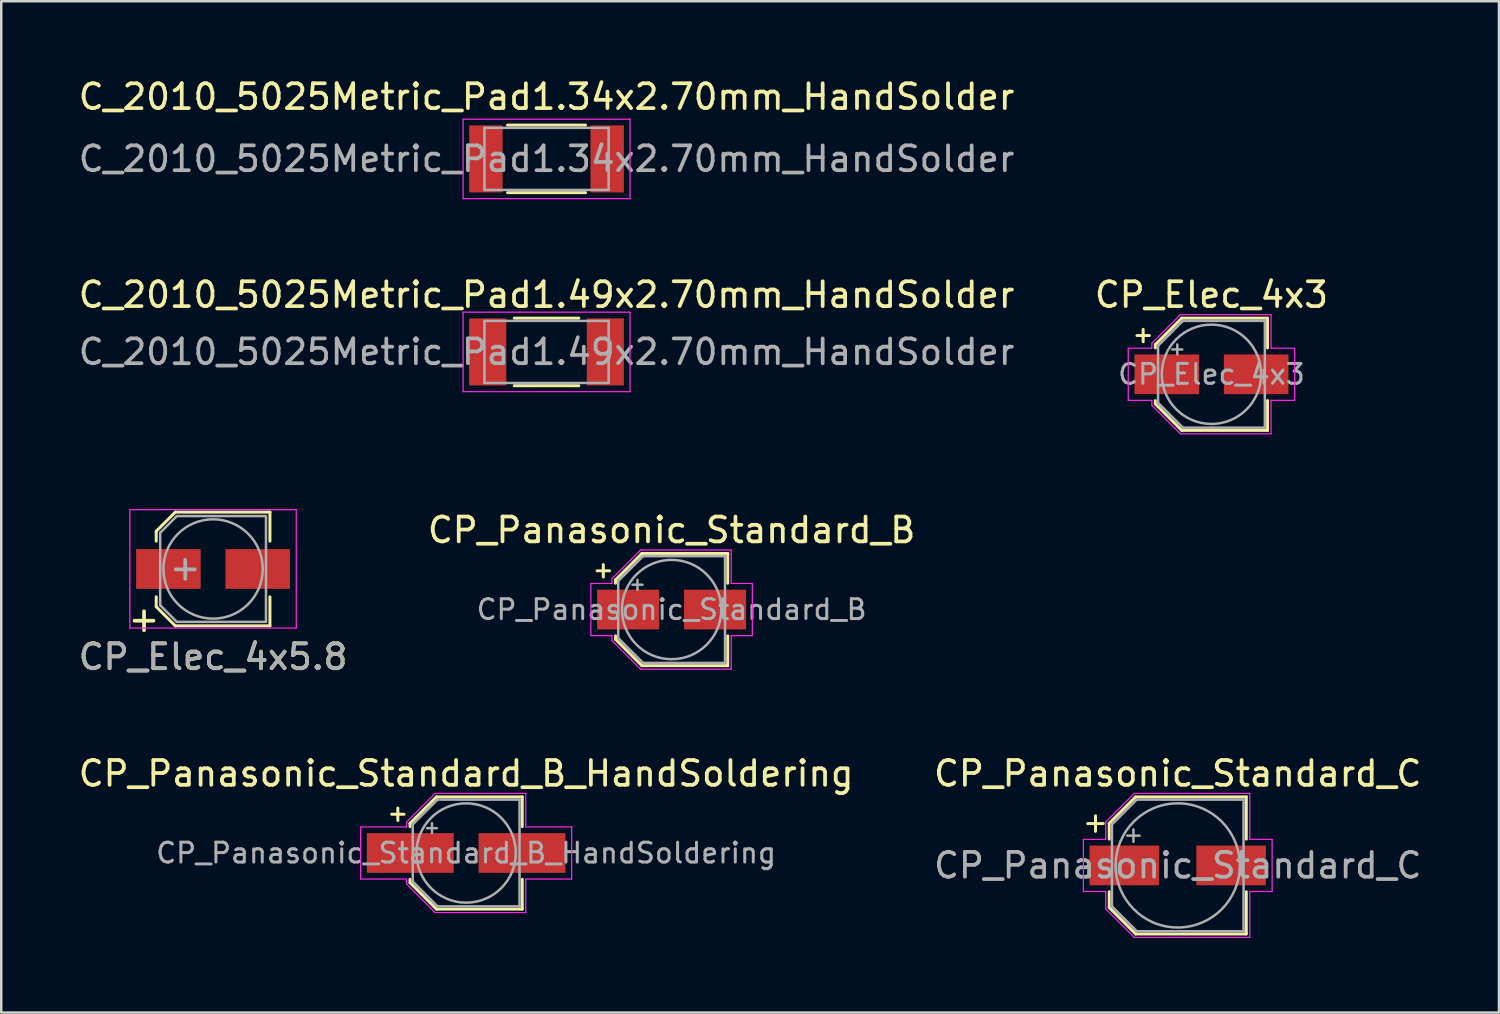
<source format=kicad_pcb>
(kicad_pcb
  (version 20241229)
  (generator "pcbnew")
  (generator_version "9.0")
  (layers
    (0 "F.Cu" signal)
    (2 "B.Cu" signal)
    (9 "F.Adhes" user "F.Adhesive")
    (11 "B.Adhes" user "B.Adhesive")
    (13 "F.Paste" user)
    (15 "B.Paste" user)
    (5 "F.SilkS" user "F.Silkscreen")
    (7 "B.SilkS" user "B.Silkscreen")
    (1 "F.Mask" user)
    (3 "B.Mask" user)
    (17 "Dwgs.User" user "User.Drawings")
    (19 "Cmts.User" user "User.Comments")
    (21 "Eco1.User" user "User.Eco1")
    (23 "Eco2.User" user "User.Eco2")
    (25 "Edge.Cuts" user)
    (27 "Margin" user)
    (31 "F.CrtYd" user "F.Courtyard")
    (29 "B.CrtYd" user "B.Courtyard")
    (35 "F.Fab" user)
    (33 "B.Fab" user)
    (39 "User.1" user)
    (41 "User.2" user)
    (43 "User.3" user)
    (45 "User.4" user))
  (footprint "CP_Panasonic_Standard_B_HandSoldering"
    (layer "F.Cu")
    (at 15.72 31.298)
    (property "Reference" "CP_Panasonic_Standard_B_HandSoldering" (at 0 -3.2 0) (layer "F.SilkS") (effects (font (size 1 1) (thickness 0.15))))
    (attr smd)
    (fp_line (start -3 -1.56) (end -2.5 -1.56) (stroke (width 0.12) (type solid)) (layer "F.SilkS"))
    (fp_line (start -2.75 -1.81) (end -2.75 -1.31) (stroke (width 0.12) (type solid)) (layer "F.SilkS"))
    (fp_line (start -2.26 -1.196) (end -2.26 -1.06) (stroke (width 0.12) (type solid)) (layer "F.SilkS"))
    (fp_line (start -2.26 -1.196) (end -1.196 -2.26) (stroke (width 0.12) (type solid)) (layer "F.SilkS"))
    (fp_line (start -2.26 1.196) (end -2.26 1.06) (stroke (width 0.12) (type solid)) (layer "F.SilkS"))
    (fp_line (start -2.26 1.196) (end -1.196 2.26) (stroke (width 0.12) (type solid)) (layer "F.SilkS"))
    (fp_line (start -1.196 -2.26) (end 2.26 -2.26) (stroke (width 0.12) (type solid)) (layer "F.SilkS"))
    (fp_line (start -1.196 2.26) (end 2.26 2.26) (stroke (width 0.12) (type solid)) (layer "F.SilkS"))
    (fp_line (start 2.26 -2.26) (end 2.26 -1.06) (stroke (width 0.12) (type solid)) (layer "F.SilkS"))
    (fp_line (start 2.26 2.26) (end 2.26 1.06) (stroke (width 0.12) (type solid)) (layer "F.SilkS"))
    (fp_line (start -4.25 -1.05) (end -4.25 1.05) (stroke (width 0.05) (type solid)) (layer "F.CrtYd"))
    (fp_line (start -4.25 1.05) (end -2.4 1.05) (stroke (width 0.05) (type solid)) (layer "F.CrtYd"))
    (fp_line (start -2.4 -1.25) (end -2.4 -1.05) (stroke (width 0.05) (type solid)) (layer "F.CrtYd"))
    (fp_line (start -2.4 -1.25) (end -1.25 -2.4) (stroke (width 0.05) (type solid)) (layer "F.CrtYd"))
    (fp_line (start -2.4 -1.05) (end -4.25 -1.05) (stroke (width 0.05) (type solid)) (layer "F.CrtYd"))
    (fp_line (start -2.4 1.05) (end -2.4 1.25) (stroke (width 0.05) (type solid)) (layer "F.CrtYd"))
    (fp_line (start -2.4 1.25) (end -1.25 2.4) (stroke (width 0.05) (type solid)) (layer "F.CrtYd"))
    (fp_line (start -1.25 -2.4) (end 2.4 -2.4) (stroke (width 0.05) (type solid)) (layer "F.CrtYd"))
    (fp_line (start -1.25 2.4) (end 2.4 2.4) (stroke (width 0.05) (type solid)) (layer "F.CrtYd"))
    (fp_line (start 2.4 -2.4) (end 2.4 -1.05) (stroke (width 0.05) (type solid)) (layer "F.CrtYd"))
    (fp_line (start 2.4 -1.05) (end 4.25 -1.05) (stroke (width 0.05) (type solid)) (layer "F.CrtYd"))
    (fp_line (start 2.4 1.05) (end 2.4 2.4) (stroke (width 0.05) (type solid)) (layer "F.CrtYd"))
    (fp_line (start 4.25 -1.05) (end 4.25 1.05) (stroke (width 0.05) (type solid)) (layer "F.CrtYd"))
    (fp_line (start 4.25 1.05) (end 2.4 1.05) (stroke (width 0.05) (type solid)) (layer "F.CrtYd"))
    (fp_line (start -2.15 -1.15) (end -2.15 1.15) (stroke (width 0.1) (type solid)) (layer "F.Fab"))
    (fp_line (start -2.15 -1.15) (end -1.15 -2.15) (stroke (width 0.1) (type solid)) (layer "F.Fab"))
    (fp_line (start -2.15 1.15) (end -1.15 2.15) (stroke (width 0.1) (type solid)) (layer "F.Fab"))
    (fp_line (start -1.575 -1) (end -1.175 -1) (stroke (width 0.1) (type solid)) (layer "F.Fab"))
    (fp_line (start -1.375 -1.2) (end -1.375 -0.8) (stroke (width 0.1) (type solid)) (layer "F.Fab"))
    (fp_line (start -1.15 -2.15) (end 2.15 -2.15) (stroke (width 0.1) (type solid)) (layer "F.Fab"))
    (fp_line (start -1.15 2.15) (end 2.15 2.15) (stroke (width 0.1) (type solid)) (layer "F.Fab"))
    (fp_line (start 2.15 -2.15) (end 2.15 2.15) (stroke (width 0.1) (type solid)) (layer "F.Fab"))
    (fp_circle (center 0 0) (end 2 0) (stroke (width 0.1) (type solid)) (fill no) (layer "F.Fab"))
    (fp_text user "${REFERENCE}" (at 0 0 0) (layer "F.Fab") (effects (font (size 0.8 0.8) (thickness 0.12))))
    (pad "1" smd rect (at -2.25 0) (size 3.5 1.6) (layers "F.Cu" "F.Mask" "F.Paste"))
    (pad "2" smd rect (at 2.25 0) (size 3.5 1.6) (layers "F.Cu" "F.Mask" "F.Paste")))
  (footprint "CP_Panasonic_Standard_C"
    (layer "F.Cu")
    (at 44.375 31.798)
    (property "Reference" "CP_Panasonic_Standard_C" (at 0 -3.7 0) (layer "F.SilkS") (effects (font (size 1 1) (thickness 0.15))))
    (attr smd)
    (fp_line (start -3.625 -1.685) (end -3 -1.685) (stroke (width 0.12) (type solid)) (layer "F.SilkS"))
    (fp_line (start -3.312 -1.998) (end -3.312 -1.373) (stroke (width 0.12) (type solid)) (layer "F.SilkS"))
    (fp_line (start -2.76 -1.696) (end -2.76 -1.06) (stroke (width 0.12) (type solid)) (layer "F.SilkS"))
    (fp_line (start -2.76 -1.696) (end -1.696 -2.76) (stroke (width 0.12) (type solid)) (layer "F.SilkS"))
    (fp_line (start -2.76 1.696) (end -2.76 1.06) (stroke (width 0.12) (type solid)) (layer "F.SilkS"))
    (fp_line (start -2.76 1.696) (end -1.696 2.76) (stroke (width 0.12) (type solid)) (layer "F.SilkS"))
    (fp_line (start -1.696 -2.76) (end 2.76 -2.76) (stroke (width 0.12) (type solid)) (layer "F.SilkS"))
    (fp_line (start -1.696 2.76) (end 2.76 2.76) (stroke (width 0.12) (type solid)) (layer "F.SilkS"))
    (fp_line (start 2.76 -2.76) (end 2.76 -1.06) (stroke (width 0.12) (type solid)) (layer "F.SilkS"))
    (fp_line (start 2.76 2.76) (end 2.76 1.06) (stroke (width 0.12) (type solid)) (layer "F.SilkS"))
    (fp_line (start -3.8 -1.05) (end -3.8 1.05) (stroke (width 0.05) (type solid)) (layer "F.CrtYd"))
    (fp_line (start -3.8 1.05) (end -2.9 1.05) (stroke (width 0.05) (type solid)) (layer "F.CrtYd"))
    (fp_line (start -2.9 -1.75) (end -2.9 -1.05) (stroke (width 0.05) (type solid)) (layer "F.CrtYd"))
    (fp_line (start -2.9 -1.75) (end -1.75 -2.9) (stroke (width 0.05) (type solid)) (layer "F.CrtYd"))
    (fp_line (start -2.9 -1.05) (end -3.8 -1.05) (stroke (width 0.05) (type solid)) (layer "F.CrtYd"))
    (fp_line (start -2.9 1.05) (end -2.9 1.75) (stroke (width 0.05) (type solid)) (layer "F.CrtYd"))
    (fp_line (start -2.9 1.75) (end -1.75 2.9) (stroke (width 0.05) (type solid)) (layer "F.CrtYd"))
    (fp_line (start -1.75 -2.9) (end 2.9 -2.9) (stroke (width 0.05) (type solid)) (layer "F.CrtYd"))
    (fp_line (start -1.75 2.9) (end 2.9 2.9) (stroke (width 0.05) (type solid)) (layer "F.CrtYd"))
    (fp_line (start 2.9 -2.9) (end 2.9 -1.05) (stroke (width 0.05) (type solid)) (layer "F.CrtYd"))
    (fp_line (start 2.9 -1.05) (end 3.8 -1.05) (stroke (width 0.05) (type solid)) (layer "F.CrtYd"))
    (fp_line (start 2.9 1.05) (end 2.9 2.9) (stroke (width 0.05) (type solid)) (layer "F.CrtYd"))
    (fp_line (start 3.8 -1.05) (end 3.8 1.05) (stroke (width 0.05) (type solid)) (layer "F.CrtYd"))
    (fp_line (start 3.8 1.05) (end 2.9 1.05) (stroke (width 0.05) (type solid)) (layer "F.CrtYd"))
    (fp_line (start -2.65 -1.65) (end -2.65 1.65) (stroke (width 0.1) (type solid)) (layer "F.Fab"))
    (fp_line (start -2.65 -1.65) (end -1.65 -2.65) (stroke (width 0.1) (type solid)) (layer "F.Fab"))
    (fp_line (start -2.65 1.65) (end -1.65 2.65) (stroke (width 0.1) (type solid)) (layer "F.Fab"))
    (fp_line (start -2.034 -1.2) (end -1.534 -1.2) (stroke (width 0.1) (type solid)) (layer "F.Fab"))
    (fp_line (start -1.784 -1.45) (end -1.784 -0.95) (stroke (width 0.1) (type solid)) (layer "F.Fab"))
    (fp_line (start -1.65 -2.65) (end 2.65 -2.65) (stroke (width 0.1) (type solid)) (layer "F.Fab"))
    (fp_line (start -1.65 2.65) (end 2.65 2.65) (stroke (width 0.1) (type solid)) (layer "F.Fab"))
    (fp_line (start 2.65 -2.65) (end 2.65 2.65) (stroke (width 0.1) (type solid)) (layer "F.Fab"))
    (fp_circle (center 0 0) (end 2.5 0) (stroke (width 0.1) (type solid)) (fill no) (layer "F.Fab"))
    (fp_text user "${REFERENCE}" (at 0 0 0) (layer "F.Fab") (effects (font (size 1 1) (thickness 0.15))))
    (pad "1" smd rect (at -2.15 0) (size 2.8 1.6) (layers "F.Cu" "F.Mask" "F.Paste"))
    (pad "2" smd rect (at 2.15 0) (size 2.8 1.6) (layers "F.Cu" "F.Mask" "F.Paste")))
  (footprint "CP_Elec_4x5.8"
    (layer "F.Cu")
    (at 5.53 19.861)
    (property "Reference" "CP_Elec_4x5.8" (at 0 3.54 0) (layer "F.SilkS") (effects (font (size 1 1) (thickness 0.15))))
    (attr smd)
    (fp_line (start -2.29 -1.52) (end -2.29 -1.12) (stroke (width 0.12) (type solid)) (layer "F.SilkS"))
    (fp_line (start -2.29 1.52) (end -2.29 1.12) (stroke (width 0.12) (type solid)) (layer "F.SilkS"))
    (fp_line (start -1.52 -2.29) (end -2.29 -1.52) (stroke (width 0.12) (type solid)) (layer "F.SilkS"))
    (fp_line (start -1.52 -2.29) (end 2.29 -2.29) (stroke (width 0.12) (type solid)) (layer "F.SilkS"))
    (fp_line (start -1.52 2.29) (end -2.29 1.52) (stroke (width 0.12) (type solid)) (layer "F.SilkS"))
    (fp_line (start -1.52 2.29) (end 2.29 2.29) (stroke (width 0.12) (type solid)) (layer "F.SilkS"))
    (fp_line (start 2.29 -2.29) (end 2.29 -1.12) (stroke (width 0.12) (type solid)) (layer "F.SilkS"))
    (fp_line (start 2.29 2.29) (end 2.29 1.12) (stroke (width 0.12) (type solid)) (layer "F.SilkS"))
    (fp_line (start -3.35 -2.39) (end -3.35 2.38) (stroke (width 0.05) (type solid)) (layer "F.CrtYd"))
    (fp_line (start -3.35 -2.39) (end 3.35 -2.39) (stroke (width 0.05) (type solid)) (layer "F.CrtYd"))
    (fp_line (start 3.35 2.38) (end -3.35 2.38) (stroke (width 0.05) (type solid)) (layer "F.CrtYd"))
    (fp_line (start 3.35 2.38) (end 3.35 -2.39) (stroke (width 0.05) (type solid)) (layer "F.CrtYd"))
    (fp_line (start -2.13 -1.46) (end -2.13 1.46) (stroke (width 0.1) (type solid)) (layer "F.Fab"))
    (fp_line (start -2.13 1.46) (end -1.46 2.13) (stroke (width 0.1) (type solid)) (layer "F.Fab"))
    (fp_line (start -1.46 -2.13) (end -2.13 -1.46) (stroke (width 0.1) (type solid)) (layer "F.Fab"))
    (fp_line (start -1.46 2.13) (end 2.13 2.13) (stroke (width 0.1) (type solid)) (layer "F.Fab"))
    (fp_line (start 2.13 -2.13) (end -1.46 -2.13) (stroke (width 0.1) (type solid)) (layer "F.Fab"))
    (fp_line (start 2.13 2.13) (end 2.13 -2.13) (stroke (width 0.1) (type solid)) (layer "F.Fab"))
    (fp_circle (center 0 0) (end 0 2) (stroke (width 0.1) (type solid)) (fill no) (layer "F.Fab"))
    (fp_text user "+" (at -2.78 2.01 0) (layer "F.SilkS") (effects (font (size 1 1) (thickness 0.15))))
    (fp_text user "${REFERENCE}" (at 0 3.54 0) (layer "F.Fab") (effects (font (size 1 1) (thickness 0.15))))
    (fp_text user "+" (at -1.12 -0.06 0) (layer "F.Fab") (effects (font (size 1 1) (thickness 0.15))))
    (pad "1" smd rect (at -1.8 0 180) (size 2.6 1.6) (layers "F.Cu" "F.Mask" "F.Paste"))
    (pad "2" smd rect (at 1.8 0 180) (size 2.6 1.6) (layers "F.Cu" "F.Mask" "F.Paste")))
  (footprint "C_2010_5025Metric_Pad1.49x2.70mm_HandSolder"
    (layer "F.Cu")
    (at 18.958 11.121)
    (property "Reference" "C_2010_5025Metric_Pad1.49x2.70mm_HandSolder" (at 0 -2.3 0) (layer "F.SilkS") (effects (font (size 1 1) (thickness 0.15))))
    (attr smd)
    (fp_line (start -1.3 -1.36) (end 1.3 -1.36) (stroke (width 0.12) (type solid)) (layer "F.SilkS"))
    (fp_line (start -1.3 1.36) (end 1.3 1.36) (stroke (width 0.12) (type solid)) (layer "F.SilkS"))
    (fp_line (start -3.36 -1.6) (end 3.36 -1.6) (stroke (width 0.05) (type solid)) (layer "F.CrtYd"))
    (fp_line (start -3.36 1.6) (end -3.36 -1.6) (stroke (width 0.05) (type solid)) (layer "F.CrtYd"))
    (fp_line (start 3.36 -1.6) (end 3.36 1.6) (stroke (width 0.05) (type solid)) (layer "F.CrtYd"))
    (fp_line (start 3.36 1.6) (end -3.36 1.6) (stroke (width 0.05) (type solid)) (layer "F.CrtYd"))
    (fp_line (start -2.5 -1.25) (end 2.5 -1.25) (stroke (width 0.1) (type solid)) (layer "F.Fab"))
    (fp_line (start -2.5 1.25) (end -2.5 -1.25) (stroke (width 0.1) (type solid)) (layer "F.Fab"))
    (fp_line (start 2.5 -1.25) (end 2.5 1.25) (stroke (width 0.1) (type solid)) (layer "F.Fab"))
    (fp_line (start 2.5 1.25) (end -2.5 1.25) (stroke (width 0.1) (type solid)) (layer "F.Fab"))
    (fp_text user "${REFERENCE}" (at 0 0 0) (layer "F.Fab") (effects (font (size 1 1) (thickness 0.15))))
    (pad "1" smd rect (at -2.368 0) (size 1.495 2.7) (layers "F.Cu" "F.Mask" "F.Paste"))
    (pad "2" smd rect (at 2.368 0) (size 1.495 2.7) (layers "F.Cu" "F.Mask" "F.Paste")))
  (footprint "CP_Panasonic_Standard_B"
    (layer "F.Cu")
    (at 23.994 21.495)
    (property "Reference" "CP_Panasonic_Standard_B" (at 0 -3.2 0) (layer "F.SilkS") (effects (font (size 1 1) (thickness 0.15))))
    (attr smd)
    (fp_line (start -3 -1.56) (end -2.5 -1.56) (stroke (width 0.12) (type solid)) (layer "F.SilkS"))
    (fp_line (start -2.75 -1.81) (end -2.75 -1.31) (stroke (width 0.12) (type solid)) (layer "F.SilkS"))
    (fp_line (start -2.26 -1.196) (end -2.26 -1.06) (stroke (width 0.12) (type solid)) (layer "F.SilkS"))
    (fp_line (start -2.26 -1.196) (end -1.196 -2.26) (stroke (width 0.12) (type solid)) (layer "F.SilkS"))
    (fp_line (start -2.26 1.196) (end -2.26 1.06) (stroke (width 0.12) (type solid)) (layer "F.SilkS"))
    (fp_line (start -2.26 1.196) (end -1.196 2.26) (stroke (width 0.12) (type solid)) (layer "F.SilkS"))
    (fp_line (start -1.196 -2.26) (end 2.26 -2.26) (stroke (width 0.12) (type solid)) (layer "F.SilkS"))
    (fp_line (start -1.196 2.26) (end 2.26 2.26) (stroke (width 0.12) (type solid)) (layer "F.SilkS"))
    (fp_line (start 2.26 -2.26) (end 2.26 -1.06) (stroke (width 0.12) (type solid)) (layer "F.SilkS"))
    (fp_line (start 2.26 2.26) (end 2.26 1.06) (stroke (width 0.12) (type solid)) (layer "F.SilkS"))
    (fp_line (start -3.25 -1.05) (end -3.25 1.05) (stroke (width 0.05) (type solid)) (layer "F.CrtYd"))
    (fp_line (start -3.25 1.05) (end -2.4 1.05) (stroke (width 0.05) (type solid)) (layer "F.CrtYd"))
    (fp_line (start -2.4 -1.25) (end -2.4 -1.05) (stroke (width 0.05) (type solid)) (layer "F.CrtYd"))
    (fp_line (start -2.4 -1.25) (end -1.25 -2.4) (stroke (width 0.05) (type solid)) (layer "F.CrtYd"))
    (fp_line (start -2.4 -1.05) (end -3.25 -1.05) (stroke (width 0.05) (type solid)) (layer "F.CrtYd"))
    (fp_line (start -2.4 1.05) (end -2.4 1.25) (stroke (width 0.05) (type solid)) (layer "F.CrtYd"))
    (fp_line (start -2.4 1.25) (end -1.25 2.4) (stroke (width 0.05) (type solid)) (layer "F.CrtYd"))
    (fp_line (start -1.25 -2.4) (end 2.4 -2.4) (stroke (width 0.05) (type solid)) (layer "F.CrtYd"))
    (fp_line (start -1.25 2.4) (end 2.4 2.4) (stroke (width 0.05) (type solid)) (layer "F.CrtYd"))
    (fp_line (start 2.4 -2.4) (end 2.4 -1.05) (stroke (width 0.05) (type solid)) (layer "F.CrtYd"))
    (fp_line (start 2.4 -1.05) (end 3.25 -1.05) (stroke (width 0.05) (type solid)) (layer "F.CrtYd"))
    (fp_line (start 2.4 1.05) (end 2.4 2.4) (stroke (width 0.05) (type solid)) (layer "F.CrtYd"))
    (fp_line (start 3.25 -1.05) (end 3.25 1.05) (stroke (width 0.05) (type solid)) (layer "F.CrtYd"))
    (fp_line (start 3.25 1.05) (end 2.4 1.05) (stroke (width 0.05) (type solid)) (layer "F.CrtYd"))
    (fp_line (start -2.15 -1.15) (end -2.15 1.15) (stroke (width 0.1) (type solid)) (layer "F.Fab"))
    (fp_line (start -2.15 -1.15) (end -1.15 -2.15) (stroke (width 0.1) (type solid)) (layer "F.Fab"))
    (fp_line (start -2.15 1.15) (end -1.15 2.15) (stroke (width 0.1) (type solid)) (layer "F.Fab"))
    (fp_line (start -1.575 -1) (end -1.175 -1) (stroke (width 0.1) (type solid)) (layer "F.Fab"))
    (fp_line (start -1.375 -1.2) (end -1.375 -0.8) (stroke (width 0.1) (type solid)) (layer "F.Fab"))
    (fp_line (start -1.15 -2.15) (end 2.15 -2.15) (stroke (width 0.1) (type solid)) (layer "F.Fab"))
    (fp_line (start -1.15 2.15) (end 2.15 2.15) (stroke (width 0.1) (type solid)) (layer "F.Fab"))
    (fp_line (start 2.15 -2.15) (end 2.15 2.15) (stroke (width 0.1) (type solid)) (layer "F.Fab"))
    (fp_circle (center 0 0) (end 2 0) (stroke (width 0.1) (type solid)) (fill no) (layer "F.Fab"))
    (fp_text user "${REFERENCE}" (at 0 0 0) (layer "F.Fab") (effects (font (size 0.8 0.8) (thickness 0.12))))
    (pad "1" smd rect (at -1.75 0) (size 2.5 1.6) (layers "F.Cu" "F.Mask" "F.Paste"))
    (pad "2" smd rect (at 1.75 0) (size 2.5 1.6) (layers "F.Cu" "F.Mask" "F.Paste")))
  (footprint "C_2010_5025Metric_Pad1.34x2.70mm_HandSolder"
    (layer "F.Cu")
    (at 18.958 3.348)
    (property "Reference" "C_2010_5025Metric_Pad1.34x2.70mm_HandSolder" (at 0 -2.5 0) (layer "F.SilkS") (effects (font (size 1 1) (thickness 0.15))))
    (attr smd)
    (fp_line (start -1.57 -1.36) (end 1.57 -1.36) (stroke (width 0.12) (type solid)) (layer "F.SilkS"))
    (fp_line (start -1.57 1.36) (end 1.57 1.36) (stroke (width 0.12) (type solid)) (layer "F.SilkS"))
    (fp_line (start -3.36 -1.6) (end 3.36 -1.6) (stroke (width 0.05) (type solid)) (layer "F.CrtYd"))
    (fp_line (start -3.36 1.6) (end -3.36 -1.6) (stroke (width 0.05) (type solid)) (layer "F.CrtYd"))
    (fp_line (start 3.36 -1.6) (end 3.36 1.6) (stroke (width 0.05) (type solid)) (layer "F.CrtYd"))
    (fp_line (start 3.36 1.6) (end -3.36 1.6) (stroke (width 0.05) (type solid)) (layer "F.CrtYd"))
    (fp_line (start -2.5 -1.25) (end 2.5 -1.25) (stroke (width 0.1) (type solid)) (layer "F.Fab"))
    (fp_line (start -2.5 1.25) (end -2.5 -1.25) (stroke (width 0.1) (type solid)) (layer "F.Fab"))
    (fp_line (start 2.5 -1.25) (end 2.5 1.25) (stroke (width 0.1) (type solid)) (layer "F.Fab"))
    (fp_line (start 2.5 1.25) (end -2.5 1.25) (stroke (width 0.1) (type solid)) (layer "F.Fab"))
    (fp_text user "${REFERENCE}" (at 0 0 0) (layer "F.Fab") (effects (font (size 1 1) (thickness 0.15))))
    (pad "1" smd rect (at -2.442 0) (size 1.345 2.7) (layers "F.Cu" "F.Mask" "F.Paste"))
    (pad "2" smd rect (at 2.442 0) (size 1.345 2.7) (layers "F.Cu" "F.Mask" "F.Paste")))
  (footprint "CP_Elec_4x3"
    (layer "F.Cu")
    (at 45.732 12.021)
    (property "Reference" "CP_Elec_4x3" (at 0 -3.2 0) (layer "F.SilkS") (effects (font (size 1 1) (thickness 0.15))))
    (attr smd)
    (fp_line (start -3 -1.56) (end -2.5 -1.56) (stroke (width 0.12) (type solid)) (layer "F.SilkS"))
    (fp_line (start -2.75 -1.81) (end -2.75 -1.31) (stroke (width 0.12) (type solid)) (layer "F.SilkS"))
    (fp_line (start -2.26 -1.196) (end -2.26 -1.06) (stroke (width 0.12) (type solid)) (layer "F.SilkS"))
    (fp_line (start -2.26 -1.196) (end -1.196 -2.26) (stroke (width 0.12) (type solid)) (layer "F.SilkS"))
    (fp_line (start -2.26 1.196) (end -2.26 1.06) (stroke (width 0.12) (type solid)) (layer "F.SilkS"))
    (fp_line (start -2.26 1.196) (end -1.196 2.26) (stroke (width 0.12) (type solid)) (layer "F.SilkS"))
    (fp_line (start -1.196 -2.26) (end 2.26 -2.26) (stroke (width 0.12) (type solid)) (layer "F.SilkS"))
    (fp_line (start -1.196 2.26) (end 2.26 2.26) (stroke (width 0.12) (type solid)) (layer "F.SilkS"))
    (fp_line (start 2.26 -2.26) (end 2.26 -1.06) (stroke (width 0.12) (type solid)) (layer "F.SilkS"))
    (fp_line (start 2.26 2.26) (end 2.26 1.06) (stroke (width 0.12) (type solid)) (layer "F.SilkS"))
    (fp_line (start -3.35 -1.05) (end -3.35 1.05) (stroke (width 0.05) (type solid)) (layer "F.CrtYd"))
    (fp_line (start -3.35 1.05) (end -2.4 1.05) (stroke (width 0.05) (type solid)) (layer "F.CrtYd"))
    (fp_line (start -2.4 -1.25) (end -2.4 -1.05) (stroke (width 0.05) (type solid)) (layer "F.CrtYd"))
    (fp_line (start -2.4 -1.25) (end -1.25 -2.4) (stroke (width 0.05) (type solid)) (layer "F.CrtYd"))
    (fp_line (start -2.4 -1.05) (end -3.35 -1.05) (stroke (width 0.05) (type solid)) (layer "F.CrtYd"))
    (fp_line (start -2.4 1.05) (end -2.4 1.25) (stroke (width 0.05) (type solid)) (layer "F.CrtYd"))
    (fp_line (start -2.4 1.25) (end -1.25 2.4) (stroke (width 0.05) (type solid)) (layer "F.CrtYd"))
    (fp_line (start -1.25 -2.4) (end 2.4 -2.4) (stroke (width 0.05) (type solid)) (layer "F.CrtYd"))
    (fp_line (start -1.25 2.4) (end 2.4 2.4) (stroke (width 0.05) (type solid)) (layer "F.CrtYd"))
    (fp_line (start 2.4 -2.4) (end 2.4 -1.05) (stroke (width 0.05) (type solid)) (layer "F.CrtYd"))
    (fp_line (start 2.4 -1.05) (end 3.35 -1.05) (stroke (width 0.05) (type solid)) (layer "F.CrtYd"))
    (fp_line (start 2.4 1.05) (end 2.4 2.4) (stroke (width 0.05) (type solid)) (layer "F.CrtYd"))
    (fp_line (start 3.35 -1.05) (end 3.35 1.05) (stroke (width 0.05) (type solid)) (layer "F.CrtYd"))
    (fp_line (start 3.35 1.05) (end 2.4 1.05) (stroke (width 0.05) (type solid)) (layer "F.CrtYd"))
    (fp_line (start -2.15 -1.15) (end -2.15 1.15) (stroke (width 0.1) (type solid)) (layer "F.Fab"))
    (fp_line (start -2.15 -1.15) (end -1.15 -2.15) (stroke (width 0.1) (type solid)) (layer "F.Fab"))
    (fp_line (start -2.15 1.15) (end -1.15 2.15) (stroke (width 0.1) (type solid)) (layer "F.Fab"))
    (fp_line (start -1.575 -1) (end -1.175 -1) (stroke (width 0.1) (type solid)) (layer "F.Fab"))
    (fp_line (start -1.375 -1.2) (end -1.375 -0.8) (stroke (width 0.1) (type solid)) (layer "F.Fab"))
    (fp_line (start -1.15 -2.15) (end 2.15 -2.15) (stroke (width 0.1) (type solid)) (layer "F.Fab"))
    (fp_line (start -1.15 2.15) (end 2.15 2.15) (stroke (width 0.1) (type solid)) (layer "F.Fab"))
    (fp_line (start 2.15 -2.15) (end 2.15 2.15) (stroke (width 0.1) (type solid)) (layer "F.Fab"))
    (fp_circle (center 0 0) (end 2 0) (stroke (width 0.1) (type solid)) (fill no) (layer "F.Fab"))
    (fp_text user "${REFERENCE}" (at 0 0 0) (layer "F.Fab") (effects (font (size 0.8 0.8) (thickness 0.12))))
    (pad "1" smd rect (at -1.8 0) (size 2.6 1.6) (layers "F.Cu" "F.Mask" "F.Paste"))
    (pad "2" smd rect (at 1.8 0) (size 2.6 1.6) (layers "F.Cu" "F.Mask" "F.Paste")))
  (gr_rect
    (start -3 -3)
    (end 57.31 37.723)
    (stroke (width 0.1) (type default))
    (fill no)
    (layer "Edge.Cuts")))
</source>
